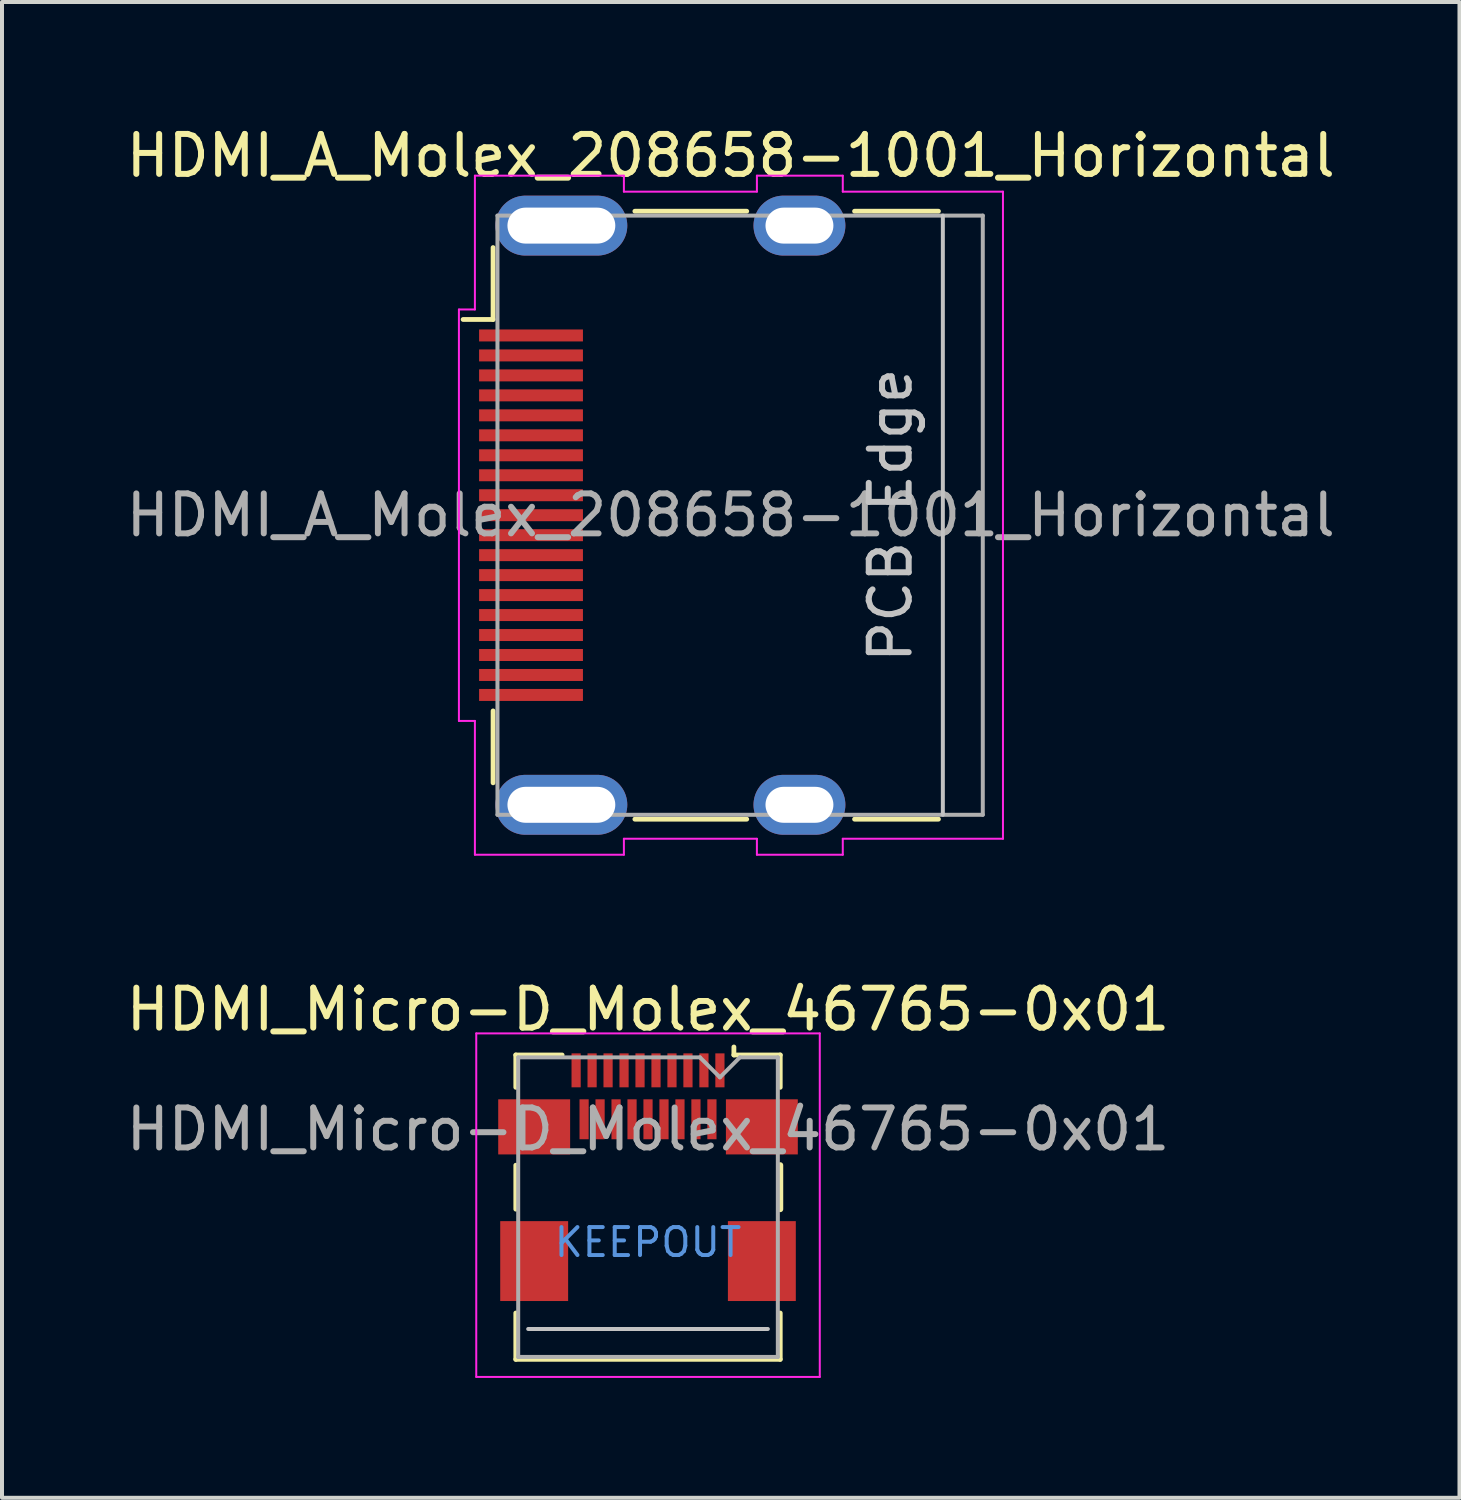
<source format=kicad_pcb>
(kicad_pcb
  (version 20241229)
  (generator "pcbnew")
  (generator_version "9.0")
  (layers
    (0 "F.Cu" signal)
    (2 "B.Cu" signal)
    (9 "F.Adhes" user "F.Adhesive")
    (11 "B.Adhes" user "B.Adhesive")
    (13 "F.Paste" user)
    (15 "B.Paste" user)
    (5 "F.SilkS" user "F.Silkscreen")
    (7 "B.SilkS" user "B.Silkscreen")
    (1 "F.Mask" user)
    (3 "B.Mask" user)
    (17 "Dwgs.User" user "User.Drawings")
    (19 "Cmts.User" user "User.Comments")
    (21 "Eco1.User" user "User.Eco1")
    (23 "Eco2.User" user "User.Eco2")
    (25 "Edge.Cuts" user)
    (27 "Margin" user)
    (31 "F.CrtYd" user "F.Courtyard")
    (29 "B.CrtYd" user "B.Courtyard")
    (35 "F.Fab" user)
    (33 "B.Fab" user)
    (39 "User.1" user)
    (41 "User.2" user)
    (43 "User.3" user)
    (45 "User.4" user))
  (footprint "HDMI_Micro-D_Molex_46765-0x01"
    (layer "F.Cu")
    (at 13.173 28.521)
    (property "Reference" "HDMI_Micro-D_Molex_46765-0x01" (at 0 -6.3 0) (layer "F.SilkS") (effects (font (size 1 1) (thickness 0.15))))
    (attr smd)
    (fp_line (start -3.31 -5.16) (end -2.15 -5.16) (stroke (width 0.12) (type solid)) (layer "F.SilkS"))
    (fp_line (start -3.31 -4.35) (end -3.31 -5.16) (stroke (width 0.12) (type solid)) (layer "F.SilkS"))
    (fp_line (start -3.31 -1.3) (end -3.31 -2.4) (stroke (width 0.12) (type solid)) (layer "F.SilkS"))
    (fp_line (start -3.31 2.46) (end -3.31 1.3) (stroke (width 0.12) (type solid)) (layer "F.SilkS"))
    (fp_line (start -3.31 2.46) (end 3.31 2.46) (stroke (width 0.12) (type solid)) (layer "F.SilkS"))
    (fp_line (start 2.15 -5.16) (end 2.15 -5.36) (stroke (width 0.12) (type solid)) (layer "F.SilkS"))
    (fp_line (start 2.15 -5.16) (end 3.31 -5.16) (stroke (width 0.12) (type solid)) (layer "F.SilkS"))
    (fp_line (start 3.31 -5.16) (end 3.31 -4.35) (stroke (width 0.12) (type solid)) (layer "F.SilkS"))
    (fp_line (start 3.31 -2.4) (end 3.31 -1.3) (stroke (width 0.15) (type solid)) (layer "F.SilkS"))
    (fp_line (start 3.31 1.3) (end 3.31 2.46) (stroke (width 0.12) (type solid)) (layer "F.SilkS"))
    (fp_line (start -3 1.7) (end 3 1.7) (stroke (width 0.1) (type solid)) (layer "Dwgs.User"))
    (fp_line (start -4.3 -5.7) (end -4.3 2.9) (stroke (width 0.05) (type solid)) (layer "F.CrtYd"))
    (fp_line (start -4.3 2.9) (end 4.3 2.9) (stroke (width 0.05) (type solid)) (layer "F.CrtYd"))
    (fp_line (start 4.3 -5.7) (end -4.3 -5.7) (stroke (width 0.05) (type solid)) (layer "F.CrtYd"))
    (fp_line (start 4.3 2.9) (end 4.3 -5.7) (stroke (width 0.05) (type solid)) (layer "F.CrtYd"))
    (fp_line (start -3.25 -5.1) (end 1.3 -5.1) (stroke (width 0.1) (type solid)) (layer "F.Fab"))
    (fp_line (start -3.25 2.4) (end -3.25 -5.1) (stroke (width 0.1) (type solid)) (layer "F.Fab"))
    (fp_line (start 1.8 -4.6) (end 1.3 -5.1) (stroke (width 0.1) (type solid)) (layer "F.Fab"))
    (fp_line (start 1.8 -4.6) (end 2.3 -5.1) (stroke (width 0.1) (type solid)) (layer "F.Fab"))
    (fp_line (start 2.3 -5.1) (end 3.25 -5.1) (stroke (width 0.1) (type solid)) (layer "F.Fab"))
    (fp_line (start 3.25 -5.1) (end 3.25 2.4) (stroke (width 0.1) (type solid)) (layer "F.Fab"))
    (fp_line (start 3.25 2.4) (end -3.25 2.4) (stroke (width 0.1) (type solid)) (layer "F.Fab"))
    (fp_text user "KEEPOUT" (at 0 -0.47 0) (layer "Cmts.User") (effects (font (size 0.7 0.7) (thickness 0.1))))
    (fp_text user "${REFERENCE}" (at 0 -3.3 0) (layer "F.Fab") (effects (font (size 1 1) (thickness 0.15))))
    (pad "1" smd rect (at 1.8 -4.775) (size 0.23 0.85) (layers "F.Cu" "F.Mask" "F.Paste"))
    (pad "2" smd rect (at 1.6 -3.55) (size 0.23 1) (layers "F.Cu" "F.Mask" "F.Paste"))
    (pad "3" smd rect (at 1.4 -4.775) (size 0.23 0.85) (layers "F.Cu" "F.Mask" "F.Paste"))
    (pad "4" smd rect (at 1.2 -3.55) (size 0.23 1) (layers "F.Cu" "F.Mask" "F.Paste"))
    (pad "5" smd rect (at 1 -4.775) (size 0.23 0.85) (layers "F.Cu" "F.Mask" "F.Paste"))
    (pad "6" smd rect (at 0.8 -3.55) (size 0.23 1) (layers "F.Cu" "F.Mask" "F.Paste"))
    (pad "7" smd rect (at 0.6 -4.775) (size 0.23 0.85) (layers "F.Cu" "F.Mask" "F.Paste"))
    (pad "8" smd rect (at 0.4 -3.55) (size 0.23 1) (layers "F.Cu" "F.Mask" "F.Paste"))
    (pad "9" smd rect (at 0.2 -4.775) (size 0.23 0.85) (layers "F.Cu" "F.Mask" "F.Paste"))
    (pad "10" smd rect (at 0 -3.55) (size 0.23 1) (layers "F.Cu" "F.Mask" "F.Paste"))
    (pad "11" smd rect (at -0.2 -4.775) (size 0.23 0.85) (layers "F.Cu" "F.Mask" "F.Paste"))
    (pad "12" smd rect (at -0.4 -3.55) (size 0.23 1) (layers "F.Cu" "F.Mask" "F.Paste"))
    (pad "13" smd rect (at -0.6 -4.775) (size 0.23 0.85) (layers "F.Cu" "F.Mask" "F.Paste"))
    (pad "14" smd rect (at -0.8 -3.55) (size 0.23 1) (layers "F.Cu" "F.Mask" "F.Paste"))
    (pad "15" smd rect (at -1 -4.775) (size 0.23 0.85) (layers "F.Cu" "F.Mask" "F.Paste"))
    (pad "16" smd rect (at -1.2 -3.55) (size 0.23 1) (layers "F.Cu" "F.Mask" "F.Paste"))
    (pad "17" smd rect (at -1.4 -4.775) (size 0.23 0.85) (layers "F.Cu" "F.Mask" "F.Paste"))
    (pad "18" smd rect (at -1.6 -3.55) (size 0.23 1) (layers "F.Cu" "F.Mask" "F.Paste"))
    (pad "19" smd rect (at -1.8 -4.775) (size 0.23 0.85) (layers "F.Cu" "F.Mask" "F.Paste"))
    (pad "SH" smd rect (at -2.85 -3.36) (size 1.8 1.38) (layers "F.Cu" "F.Mask" "F.Paste"))
    (pad "SH" smd rect (at -2.85 0) (size 1.7 2) (layers "F.Cu" "F.Mask" "F.Paste"))
    (pad "SH" smd rect (at 2.85 -3.36) (size 1.8 1.38) (layers "F.Cu" "F.Mask" "F.Paste"))
    (pad "SH" smd rect (at 2.85 0) (size 1.7 2) (layers "F.Cu" "F.Mask" "F.Paste"))
    (zone (net_name "") (layer "F.Cu") (hatch full 0.508) (connect_pads) (min_thickness 0.254) (filled_areas_thickness no) (keepout (tracks not_allowed) (vias not_allowed) (pads not_allowed) (copperpour allowed) (footprints allowed)) (placement (enabled no)) (fill) (polygon (pts (xy 15.523 27.521) (xy 15.173 27.521) (xy 15.173 29.521) (xy 15.523 29.521) (xy 15.523 30.221) (xy 10.823 30.221) (xy 10.823 29.521) (xy 11.173 29.521) (xy 11.173 27.521) (xy 10.823 27.521) (xy 10.823 26.061) (xy 15.523 26.061)))))
  (footprint "HDMI_A_Molex_208658-1001_Horizontal"
    (layer "F.Cu")
    (at 13.529 9.848)
    (property "Reference" "HDMI_A_Molex_208658-1001_Horizontal" (at 1.715 -9 0) (layer "F.SilkS") (effects (font (size 1 1) (thickness 0.15))))
    (attr smd)
    (fp_line (start -4.985 -4.9) (end -4.235 -4.9) (stroke (width 0.12) (type solid)) (layer "F.SilkS"))
    (fp_line (start -4.235 -4.9) (end -4.235 -6.7) (stroke (width 0.12) (type solid)) (layer "F.SilkS"))
    (fp_line (start -4.235 6.7) (end -4.235 4.9) (stroke (width 0.12) (type solid)) (layer "F.SilkS"))
    (fp_line (start -0.685 -7.61) (end 2.115 -7.61) (stroke (width 0.12) (type solid)) (layer "F.SilkS"))
    (fp_line (start -0.685 7.61) (end 2.115 7.61) (stroke (width 0.12) (type solid)) (layer "F.SilkS"))
    (fp_line (start 4.815 -7.61) (end 6.915 -7.61) (stroke (width 0.12) (type solid)) (layer "F.SilkS"))
    (fp_line (start 4.815 7.61) (end 6.915 7.61) (stroke (width 0.12) (type solid)) (layer "F.SilkS"))
    (fp_line (start 7.025 -7.5) (end 7.025 7.5) (stroke (width 0.1) (type solid)) (layer "Dwgs.User"))
    (fp_line (start -5.09 5.15) (end -5.09 -5.15) (stroke (width 0.05) (type solid)) (layer "F.CrtYd"))
    (fp_line (start -4.69 -5.15) (end -5.09 -5.15) (stroke (width 0.05) (type solid)) (layer "F.CrtYd"))
    (fp_line (start -4.69 -5.15) (end -4.69 -8.5) (stroke (width 0.05) (type solid)) (layer "F.CrtYd"))
    (fp_line (start -4.69 5.15) (end -5.09 5.15) (stroke (width 0.05) (type solid)) (layer "F.CrtYd"))
    (fp_line (start -4.69 8.5) (end -4.69 5.15) (stroke (width 0.05) (type solid)) (layer "F.CrtYd"))
    (fp_line (start -0.96 -8.5) (end -4.69 -8.5) (stroke (width 0.05) (type solid)) (layer "F.CrtYd"))
    (fp_line (start -0.96 -8.1) (end -0.96 -8.5) (stroke (width 0.05) (type solid)) (layer "F.CrtYd"))
    (fp_line (start -0.96 8.5) (end -4.69 8.5) (stroke (width 0.05) (type solid)) (layer "F.CrtYd"))
    (fp_line (start -0.96 8.5) (end -0.96 8.1) (stroke (width 0.05) (type solid)) (layer "F.CrtYd"))
    (fp_line (start 2.37 -8.1) (end -0.96 -8.1) (stroke (width 0.05) (type solid)) (layer "F.CrtYd"))
    (fp_line (start 2.37 -8.1) (end 2.37 -8.5) (stroke (width 0.05) (type solid)) (layer "F.CrtYd"))
    (fp_line (start 2.37 8.1) (end -0.96 8.1) (stroke (width 0.05) (type solid)) (layer "F.CrtYd"))
    (fp_line (start 2.37 8.5) (end 2.37 8.1) (stroke (width 0.05) (type solid)) (layer "F.CrtYd"))
    (fp_line (start 4.52 -8.5) (end 2.37 -8.5) (stroke (width 0.05) (type solid)) (layer "F.CrtYd"))
    (fp_line (start 4.52 -8.1) (end 4.52 -8.5) (stroke (width 0.05) (type solid)) (layer "F.CrtYd"))
    (fp_line (start 4.52 8.5) (end 2.37 8.5) (stroke (width 0.05) (type solid)) (layer "F.CrtYd"))
    (fp_line (start 4.52 8.5) (end 4.52 8.1) (stroke (width 0.05) (type solid)) (layer "F.CrtYd"))
    (fp_line (start 8.53 -8.1) (end 4.52 -8.1) (stroke (width 0.05) (type solid)) (layer "F.CrtYd"))
    (fp_line (start 8.53 8.1) (end 4.52 8.1) (stroke (width 0.05) (type solid)) (layer "F.CrtYd"))
    (fp_line (start 8.53 8.1) (end 8.53 -8.1) (stroke (width 0.05) (type solid)) (layer "F.CrtYd"))
    (fp_line (start -4.125 -7.5) (end -4.125 7.5) (stroke (width 0.1) (type solid)) (layer "F.Fab"))
    (fp_line (start -4.125 -7.5) (end 8.025 -7.5) (stroke (width 0.1) (type solid)) (layer "F.Fab"))
    (fp_line (start -4.125 7.5) (end 8.025 7.5) (stroke (width 0.1) (type solid)) (layer "F.Fab"))
    (fp_line (start 8.025 -7.5) (end 8.025 7.5) (stroke (width 0.1) (type solid)) (layer "F.Fab"))
    (fp_text user "PCB Edge" (at 5.715 0 90) (layer "Dwgs.User") (effects (font (size 1 1) (thickness 0.15))))
    (fp_text user "${REFERENCE}" (at 1.715 0 0) (layer "F.Fab") (effects (font (size 1 1) (thickness 0.15))))
    (pad "1" smd rect (at -3.285 -4.5) (size 2.6 0.3) (layers "F.Cu" "F.Mask" "F.Paste"))
    (pad "2" smd rect (at -3.285 -4) (size 2.6 0.3) (layers "F.Cu" "F.Mask" "F.Paste"))
    (pad "3" smd rect (at -3.285 -3.5) (size 2.6 0.3) (layers "F.Cu" "F.Mask" "F.Paste"))
    (pad "4" smd rect (at -3.285 -3) (size 2.6 0.3) (layers "F.Cu" "F.Mask" "F.Paste"))
    (pad "5" smd rect (at -3.285 -2.5) (size 2.6 0.3) (layers "F.Cu" "F.Mask" "F.Paste"))
    (pad "6" smd rect (at -3.285 -2) (size 2.6 0.3) (layers "F.Cu" "F.Mask" "F.Paste"))
    (pad "7" smd rect (at -3.285 -1.5) (size 2.6 0.3) (layers "F.Cu" "F.Mask" "F.Paste"))
    (pad "8" smd rect (at -3.285 -1) (size 2.6 0.3) (layers "F.Cu" "F.Mask" "F.Paste"))
    (pad "9" smd rect (at -3.285 -0.5) (size 2.6 0.3) (layers "F.Cu" "F.Mask" "F.Paste"))
    (pad "10" smd rect (at -3.285 0) (size 2.6 0.3) (layers "F.Cu" "F.Mask" "F.Paste"))
    (pad "11" smd rect (at -3.285 0.5) (size 2.6 0.3) (layers "F.Cu" "F.Mask" "F.Paste"))
    (pad "12" smd rect (at -3.285 1) (size 2.6 0.3) (layers "F.Cu" "F.Mask" "F.Paste"))
    (pad "13" smd rect (at -3.285 1.5) (size 2.6 0.3) (layers "F.Cu" "F.Mask" "F.Paste"))
    (pad "14" smd rect (at -3.285 2) (size 2.6 0.3) (layers "F.Cu" "F.Mask" "F.Paste"))
    (pad "15" smd rect (at -3.285 2.5) (size 2.6 0.3) (layers "F.Cu" "F.Mask" "F.Paste"))
    (pad "16" smd rect (at -3.285 3) (size 2.6 0.3) (layers "F.Cu" "F.Mask" "F.Paste"))
    (pad "17" smd rect (at -3.285 3.5) (size 2.6 0.3) (layers "F.Cu" "F.Mask" "F.Paste"))
    (pad "18" smd rect (at -3.285 4) (size 2.6 0.3) (layers "F.Cu" "F.Mask" "F.Paste"))
    (pad "19" smd rect (at -3.285 4.5) (size 2.6 0.3) (layers "F.Cu" "F.Mask" "F.Paste"))
    (pad "SH" thru_hole oval (at -2.525 -7.25) (size 3.3 1.5) (drill oval 2.7 0.9) (layers "*.Cu" "*.Mask"))
    (pad "SH" thru_hole oval (at -2.525 7.25) (size 3.3 1.5) (drill oval 2.7 0.9) (layers "*.Cu" "*.Mask"))
    (pad "SH" thru_hole oval (at 3.435 -7.25) (size 2.3 1.5) (drill oval 1.7 0.9) (layers "*.Cu" "*.Mask"))
    (pad "SH" thru_hole oval (at 3.435 7.25) (size 2.3 1.5) (drill oval 1.7 0.9) (layers "*.Cu" "*.Mask")))
  (gr_rect
    (start -3 -3)
    (end 33.488 34.447)
    (stroke (width 0.1) (type default))
    (fill no)
    (layer "Edge.Cuts")))
</source>
